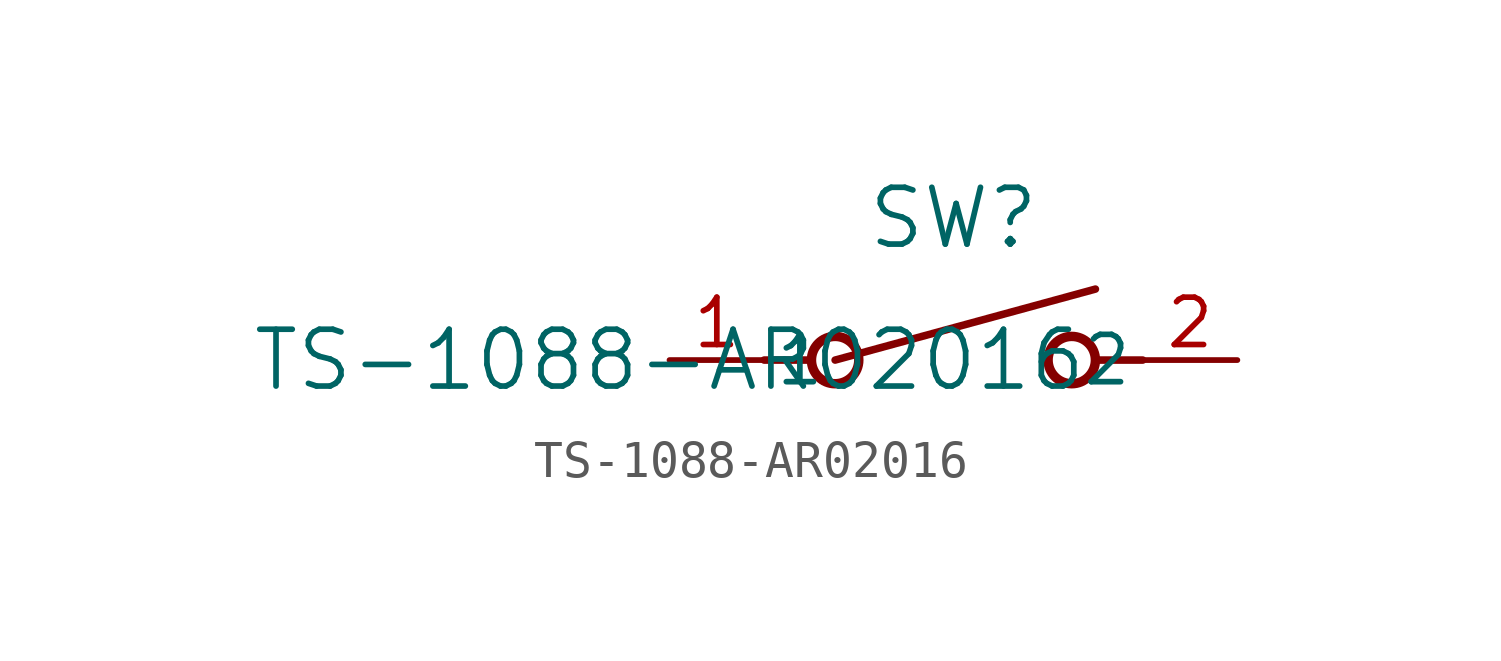
<source format=kicad_sym>
(kicad_symbol_lib
  (version 20211014)
  (generator kicad_symbol_editor)
  (symbol "TS-1088-AR02016"
    (pin_names
      (offset 0.254))
    (property "Reference" "SW"
      (at 7.62 3.81 0)
      (effects (font (size 1.524 1.524))))
    (property "Value" "TS-1088-AR02016"
      (at 0 0 0)
      (effects (font (size 1.524 1.524))))
    (symbol "TS-1088-AR02016_0_1"
      (polyline (pts (xy 2.54 0) (xy 3.81 0)) (stroke (width 0.203) (type default) (color 0 0 0 0)) (fill (type none)))
      (circle (center 10.795 0) (radius 0.635) (stroke (width 0.254) (type default) (color 0 0 0 0)) (fill (type none)))
      (circle (center 4.445 0) (radius 0.635) (stroke (width 0.254) (type default) (color 0 0 0 0)) (fill (type none)))
      (polyline (pts (xy 12.7 0) (xy 11.43 0)) (stroke (width 0.203) (type default) (color 0 0 0 0)) (fill (type none)))
      (polyline (pts (xy 4.445 0) (xy 11.43 1.905)) (stroke (width 0.203) (type default) (color 0 0 0 0)) (fill (type none)))
      (pin unspecified line (at 0 0 0) (length 2.54) (name "1" (effects (font (size 1.27 1.27)))) (number "1" (effects (font (size 1.27 1.27)))))
      (pin unspecified line (at 15.24 0 180) (length 2.54) (name "2" (effects (font (size 1.27 1.27)))) (number "2" (effects (font (size 1.27 1.27))))))))
</source>
